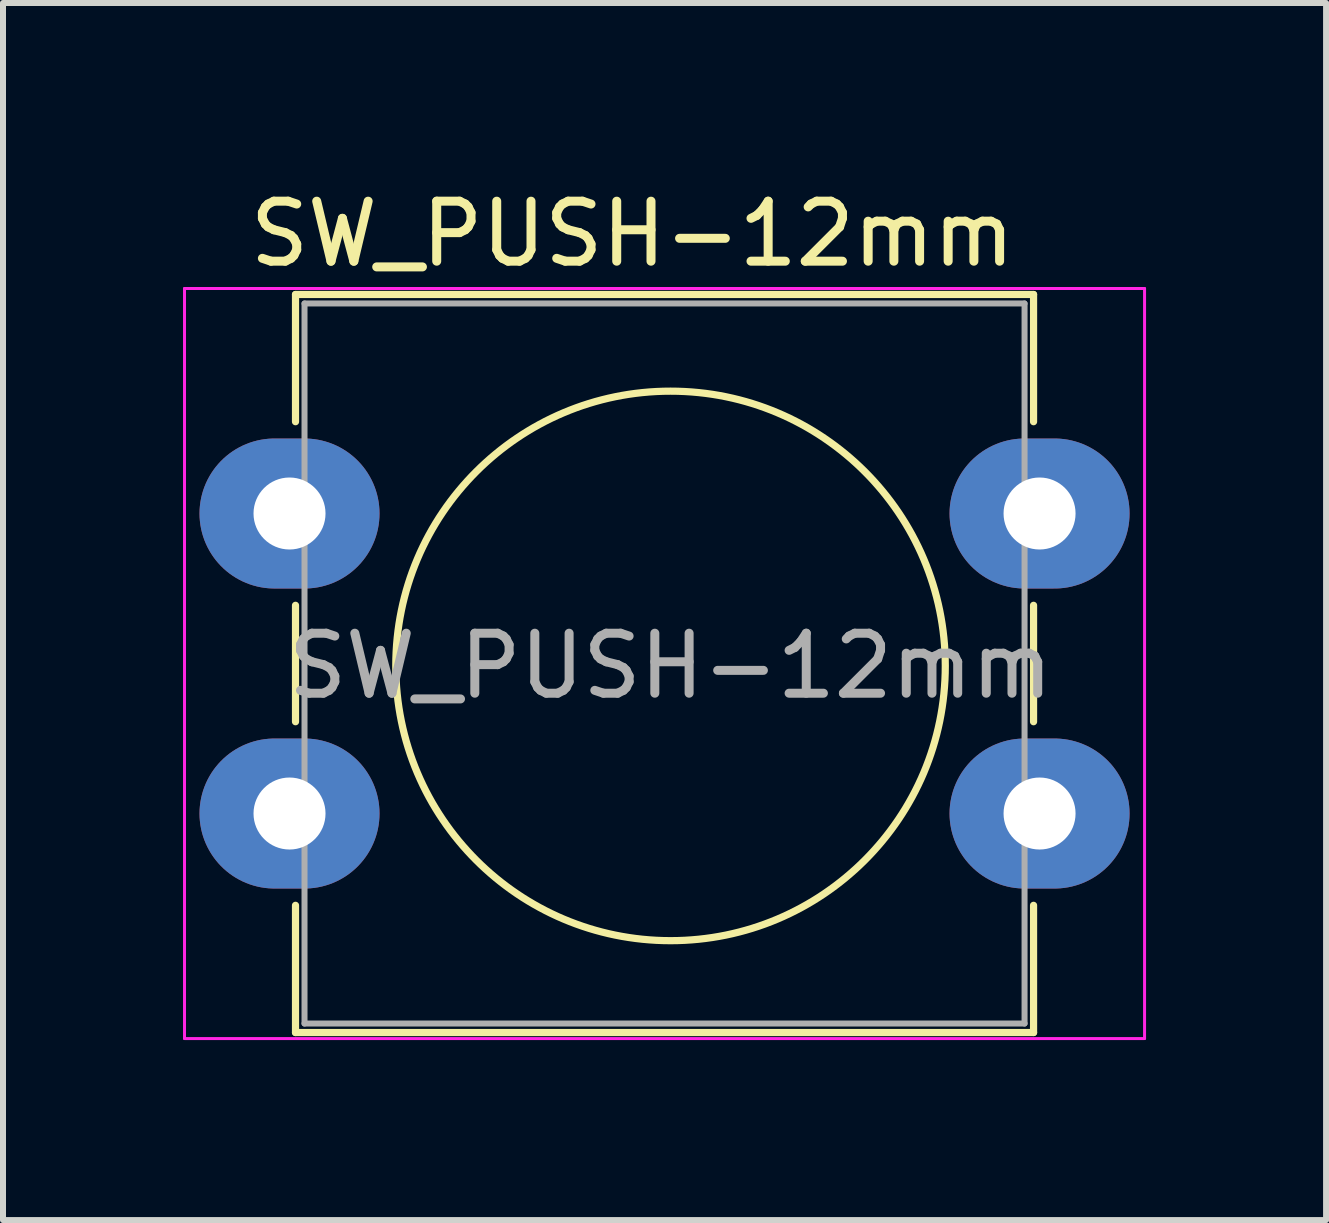
<source format=kicad_pcb>
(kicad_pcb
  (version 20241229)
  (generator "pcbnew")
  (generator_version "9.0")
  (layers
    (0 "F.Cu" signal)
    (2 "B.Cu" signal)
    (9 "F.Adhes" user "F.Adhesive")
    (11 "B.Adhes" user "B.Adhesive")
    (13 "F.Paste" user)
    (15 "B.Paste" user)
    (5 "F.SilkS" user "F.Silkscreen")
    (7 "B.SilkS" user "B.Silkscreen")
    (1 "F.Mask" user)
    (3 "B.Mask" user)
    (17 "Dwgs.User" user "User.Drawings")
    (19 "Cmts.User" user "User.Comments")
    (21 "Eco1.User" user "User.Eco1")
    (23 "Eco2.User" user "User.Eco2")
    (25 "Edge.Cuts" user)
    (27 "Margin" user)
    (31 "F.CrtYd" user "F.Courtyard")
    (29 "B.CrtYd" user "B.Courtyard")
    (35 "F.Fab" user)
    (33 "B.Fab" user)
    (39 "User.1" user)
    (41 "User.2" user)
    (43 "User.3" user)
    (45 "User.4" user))
  (footprint "SW_PUSH-12mm"
    (layer "F.Cu")
    (at 1.775 5.508)
    (property "Reference" "SW_PUSH-12mm" (at 5.715 -4.66 0) (layer "F.SilkS") (effects (font (size 1 1) (thickness 0.15))))
    (attr through_hole)
    (fp_line (start 0.1 -3.65) (end 12.4 -3.65) (stroke (width 0.12) (type solid)) (layer "F.SilkS"))
    (fp_line (start 0.1 -1.53) (end 0.1 -3.65) (stroke (width 0.12) (type solid)) (layer "F.SilkS"))
    (fp_line (start 0.1 3.47) (end 0.1 1.53) (stroke (width 0.12) (type solid)) (layer "F.SilkS"))
    (fp_line (start 0.1 8.65) (end 0.1 6.53) (stroke (width 0.12) (type solid)) (layer "F.SilkS"))
    (fp_line (start 12.4 -3.65) (end 12.4 -1.53) (stroke (width 0.12) (type solid)) (layer "F.SilkS"))
    (fp_line (start 12.4 1.53) (end 12.4 3.47) (stroke (width 0.12) (type solid)) (layer "F.SilkS"))
    (fp_line (start 12.4 6.53) (end 12.4 8.65) (stroke (width 0.12) (type solid)) (layer "F.SilkS"))
    (fp_line (start 12.4 8.65) (end 0.1 8.65) (stroke (width 0.12) (type solid)) (layer "F.SilkS"))
    (fp_circle (center 6.35 2.54) (end 10.929 2.54) (stroke (width 0.12) (type solid)) (fill no) (layer "F.SilkS"))
    (fp_line (start -1.75 -3.75) (end -1.75 8.75) (stroke (width 0.05) (type solid)) (layer "F.CrtYd"))
    (fp_line (start -1.75 8.75) (end 14.25 8.75) (stroke (width 0.05) (type solid)) (layer "F.CrtYd"))
    (fp_line (start 14.25 -3.75) (end -1.75 -3.75) (stroke (width 0.05) (type solid)) (layer "F.CrtYd"))
    (fp_line (start 14.25 8.75) (end 14.25 -3.75) (stroke (width 0.05) (type solid)) (layer "F.CrtYd"))
    (fp_line (start 0.25 -3.5) (end 0.25 8.5) (stroke (width 0.1) (type solid)) (layer "F.Fab"))
    (fp_line (start 0.25 8.5) (end 12.25 8.5) (stroke (width 0.1) (type solid)) (layer "F.Fab"))
    (fp_line (start 12.25 -3.5) (end 0.25 -3.5) (stroke (width 0.1) (type solid)) (layer "F.Fab"))
    (fp_line (start 12.25 8.5) (end 12.25 -3.5) (stroke (width 0.1) (type solid)) (layer "F.Fab"))
    (fp_text user "${REFERENCE}" (at 6.35 2.54 0) (layer "F.Fab") (effects (font (size 1 1) (thickness 0.15))))
    (pad "1" thru_hole oval (at 0 0) (size 3 2.5) (drill 1.2) (layers "*.Cu" "*.Mask"))
    (pad "1" thru_hole oval (at 12.5 0) (size 3 2.5) (drill 1.2) (layers "*.Cu" "*.Mask"))
    (pad "2" thru_hole oval (at 0 5) (size 3 2.5) (drill 1.2) (layers "*.Cu" "*.Mask"))
    (pad "2" thru_hole oval (at 12.5 5) (size 3 2.5) (drill 1.2) (layers "*.Cu" "*.Mask")))
  (gr_rect
    (start -3 -3)
    (end 19.05 17.283)
    (stroke (width 0.1) (type default))
    (fill no)
    (layer "Edge.Cuts")))
</source>
